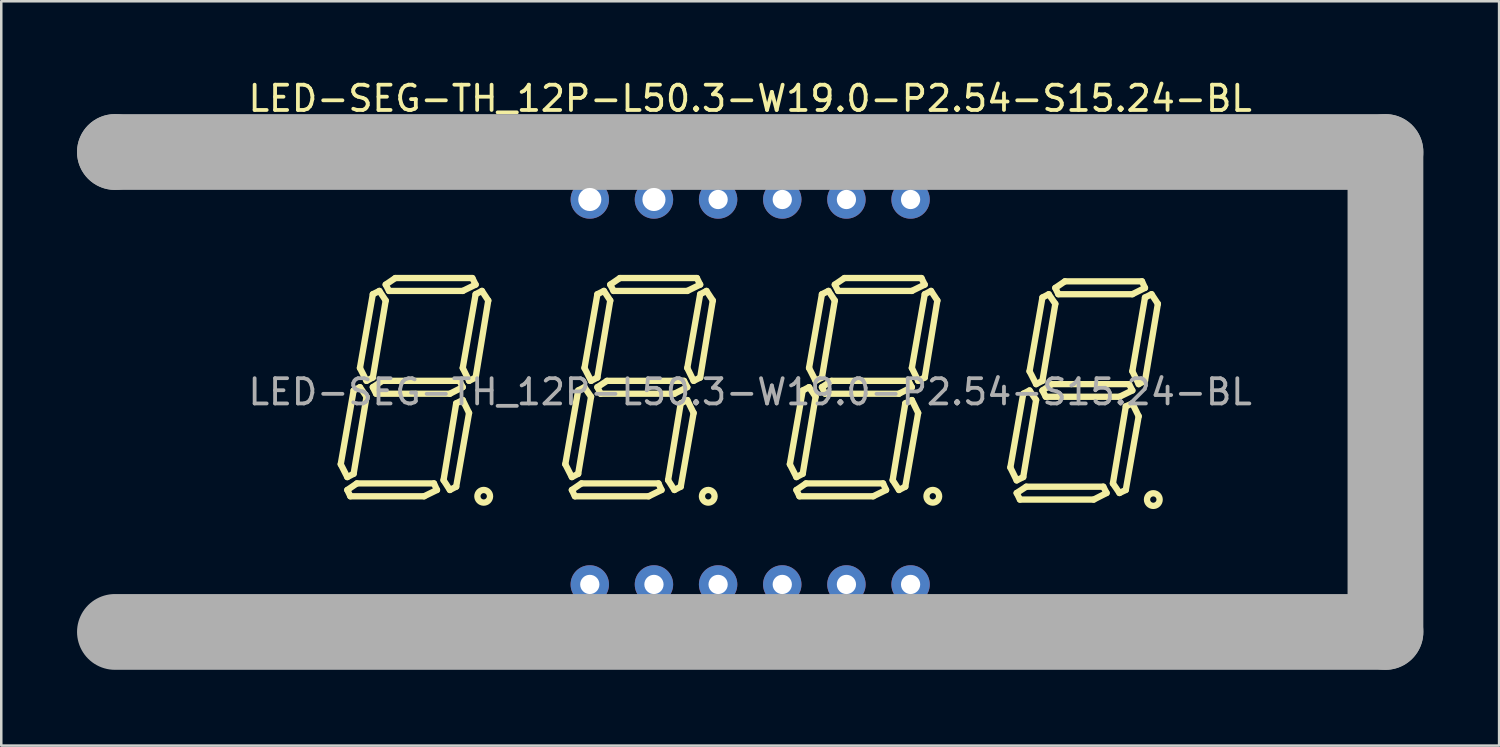
<source format=kicad_pcb>
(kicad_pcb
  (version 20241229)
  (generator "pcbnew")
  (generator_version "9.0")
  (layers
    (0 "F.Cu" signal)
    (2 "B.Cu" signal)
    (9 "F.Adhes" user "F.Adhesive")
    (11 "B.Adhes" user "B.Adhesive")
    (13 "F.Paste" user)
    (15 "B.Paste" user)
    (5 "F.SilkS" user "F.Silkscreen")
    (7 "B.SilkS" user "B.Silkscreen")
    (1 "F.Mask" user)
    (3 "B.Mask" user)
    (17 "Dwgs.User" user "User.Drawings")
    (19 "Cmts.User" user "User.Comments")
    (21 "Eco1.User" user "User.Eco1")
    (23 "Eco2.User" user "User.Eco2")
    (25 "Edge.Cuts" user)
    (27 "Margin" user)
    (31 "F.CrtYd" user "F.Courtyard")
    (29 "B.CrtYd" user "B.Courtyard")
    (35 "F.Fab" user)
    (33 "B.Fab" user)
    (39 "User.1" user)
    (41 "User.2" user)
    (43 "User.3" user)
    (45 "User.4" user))
  (footprint "LED-SEG-TH_12P-L50.3-W19.0-P2.54-S15.24-BL"
    (layer "F.Cu")
    (at 26.65 12.468)
    (property "Reference" "LED-SEG-TH_12P-L50.3-W19.0-P2.54-S15.24-BL" (at 0 -11.62 0) (layer "F.SilkS") (effects (font (size 1 1) (thickness 0.15))))
    (attr through_hole)
    (fp_line (start -16.21 2.86) (end -15.7 -0.06) (stroke (width 0.25) (type solid)) (layer "F.SilkS"))
    (fp_line (start -15.95 3.37) (end -16.21 2.86) (stroke (width 0.25) (type solid)) (layer "F.SilkS"))
    (fp_line (start -15.95 3.88) (end -15.83 4.13) (stroke (width 0.25) (type solid)) (layer "F.SilkS"))
    (fp_line (start -15.83 4.13) (end -12.91 4.13) (stroke (width 0.25) (type solid)) (layer "F.SilkS"))
    (fp_line (start -15.7 -0.06) (end -15.45 -0.19) (stroke (width 0.25) (type solid)) (layer "F.SilkS"))
    (fp_line (start -15.7 3.24) (end -15.95 3.37) (stroke (width 0.25) (type solid)) (layer "F.SilkS"))
    (fp_line (start -15.57 3.62) (end -15.95 3.88) (stroke (width 0.25) (type solid)) (layer "F.SilkS"))
    (fp_line (start -15.45 -0.95) (end -14.94 -3.87) (stroke (width 0.25) (type solid)) (layer "F.SilkS"))
    (fp_line (start -15.45 -0.19) (end -15.19 0.19) (stroke (width 0.25) (type solid)) (layer "F.SilkS"))
    (fp_line (start -15.19 -0.44) (end -15.45 -0.95) (stroke (width 0.25) (type solid)) (layer "F.SilkS"))
    (fp_line (start -15.19 0.19) (end -15.7 3.24) (stroke (width 0.25) (type solid)) (layer "F.SilkS"))
    (fp_line (start -14.94 -3.87) (end -14.68 -4) (stroke (width 0.25) (type solid)) (layer "F.SilkS"))
    (fp_line (start -14.94 -0.57) (end -15.19 -0.44) (stroke (width 0.25) (type solid)) (layer "F.SilkS"))
    (fp_line (start -14.94 -0.19) (end -14.81 0.07) (stroke (width 0.25) (type solid)) (layer "F.SilkS"))
    (fp_line (start -14.81 0.07) (end -11.89 0.07) (stroke (width 0.25) (type solid)) (layer "F.SilkS"))
    (fp_line (start -14.68 -4) (end -14.43 -3.62) (stroke (width 0.25) (type solid)) (layer "F.SilkS"))
    (fp_line (start -14.56 -0.44) (end -14.94 -0.19) (stroke (width 0.25) (type solid)) (layer "F.SilkS"))
    (fp_line (start -14.43 -4.25) (end -14.05 -4.51) (stroke (width 0.25) (type solid)) (layer "F.SilkS"))
    (fp_line (start -14.43 -3.62) (end -14.94 -0.57) (stroke (width 0.25) (type solid)) (layer "F.SilkS"))
    (fp_line (start -14.3 -4) (end -14.43 -4.25) (stroke (width 0.25) (type solid)) (layer "F.SilkS"))
    (fp_line (start -14.05 -4.51) (end -11 -4.51) (stroke (width 0.25) (type solid)) (layer "F.SilkS"))
    (fp_line (start -12.91 4.13) (end -12.4 3.88) (stroke (width 0.25) (type solid)) (layer "F.SilkS"))
    (fp_line (start -12.52 3.62) (end -15.57 3.62) (stroke (width 0.25) (type solid)) (layer "F.SilkS"))
    (fp_line (start -12.4 3.88) (end -12.52 3.62) (stroke (width 0.25) (type solid)) (layer "F.SilkS"))
    (fp_line (start -12.14 3.49) (end -11.89 3.88) (stroke (width 0.25) (type solid)) (layer "F.SilkS"))
    (fp_line (start -11.89 0.07) (end -11.38 -0.19) (stroke (width 0.25) (type solid)) (layer "F.SilkS"))
    (fp_line (start -11.89 3.88) (end -11.64 3.75) (stroke (width 0.25) (type solid)) (layer "F.SilkS"))
    (fp_line (start -11.64 0.45) (end -12.14 3.49) (stroke (width 0.25) (type solid)) (layer "F.SilkS"))
    (fp_line (start -11.64 3.75) (end -11.13 0.83) (stroke (width 0.25) (type solid)) (layer "F.SilkS"))
    (fp_line (start -11.51 -0.44) (end -14.56 -0.44) (stroke (width 0.25) (type solid)) (layer "F.SilkS"))
    (fp_line (start -11.38 -4) (end -14.3 -4) (stroke (width 0.25) (type solid)) (layer "F.SilkS"))
    (fp_line (start -11.38 -0.95) (end -10.87 -3.87) (stroke (width 0.25) (type solid)) (layer "F.SilkS"))
    (fp_line (start -11.38 -0.19) (end -11.51 -0.44) (stroke (width 0.25) (type solid)) (layer "F.SilkS"))
    (fp_line (start -11.38 0.32) (end -11.64 0.45) (stroke (width 0.25) (type solid)) (layer "F.SilkS"))
    (fp_line (start -11.13 -0.44) (end -11.38 -0.95) (stroke (width 0.25) (type solid)) (layer "F.SilkS"))
    (fp_line (start -11.13 0.83) (end -11.38 0.32) (stroke (width 0.25) (type solid)) (layer "F.SilkS"))
    (fp_line (start -11 -4.51) (end -10.87 -4.25) (stroke (width 0.25) (type solid)) (layer "F.SilkS"))
    (fp_line (start -10.87 -4.25) (end -11.38 -4) (stroke (width 0.25) (type solid)) (layer "F.SilkS"))
    (fp_line (start -10.87 -3.87) (end -10.62 -4) (stroke (width 0.25) (type solid)) (layer "F.SilkS"))
    (fp_line (start -10.87 -0.57) (end -11.13 -0.44) (stroke (width 0.25) (type solid)) (layer "F.SilkS"))
    (fp_line (start -10.62 -4) (end -10.37 -3.62) (stroke (width 0.25) (type solid)) (layer "F.SilkS"))
    (fp_line (start -10.37 -3.62) (end -10.87 -0.57) (stroke (width 0.25) (type solid)) (layer "F.SilkS"))
    (fp_line (start -7.32 2.86) (end -6.81 -0.06) (stroke (width 0.25) (type solid)) (layer "F.SilkS"))
    (fp_line (start -7.06 3.37) (end -7.32 2.86) (stroke (width 0.25) (type solid)) (layer "F.SilkS"))
    (fp_line (start -7.06 3.88) (end -6.94 4.13) (stroke (width 0.25) (type solid)) (layer "F.SilkS"))
    (fp_line (start -6.94 4.13) (end -4.02 4.13) (stroke (width 0.25) (type solid)) (layer "F.SilkS"))
    (fp_line (start -6.81 -0.06) (end -6.56 -0.19) (stroke (width 0.25) (type solid)) (layer "F.SilkS"))
    (fp_line (start -6.81 3.24) (end -7.06 3.37) (stroke (width 0.25) (type solid)) (layer "F.SilkS"))
    (fp_line (start -6.68 3.62) (end -7.06 3.88) (stroke (width 0.25) (type solid)) (layer "F.SilkS"))
    (fp_line (start -6.56 -0.95) (end -6.05 -3.87) (stroke (width 0.25) (type solid)) (layer "F.SilkS"))
    (fp_line (start -6.56 -0.19) (end -6.3 0.19) (stroke (width 0.25) (type solid)) (layer "F.SilkS"))
    (fp_line (start -6.3 -0.44) (end -6.56 -0.95) (stroke (width 0.25) (type solid)) (layer "F.SilkS"))
    (fp_line (start -6.3 0.19) (end -6.81 3.24) (stroke (width 0.25) (type solid)) (layer "F.SilkS"))
    (fp_line (start -6.05 -3.87) (end -5.79 -4) (stroke (width 0.25) (type solid)) (layer "F.SilkS"))
    (fp_line (start -6.05 -0.57) (end -6.3 -0.44) (stroke (width 0.25) (type solid)) (layer "F.SilkS"))
    (fp_line (start -6.05 -0.19) (end -5.92 0.07) (stroke (width 0.25) (type solid)) (layer "F.SilkS"))
    (fp_line (start -5.92 0.07) (end -3 0.07) (stroke (width 0.25) (type solid)) (layer "F.SilkS"))
    (fp_line (start -5.79 -4) (end -5.54 -3.62) (stroke (width 0.25) (type solid)) (layer "F.SilkS"))
    (fp_line (start -5.67 -0.44) (end -6.05 -0.19) (stroke (width 0.25) (type solid)) (layer "F.SilkS"))
    (fp_line (start -5.54 -4.25) (end -5.16 -4.51) (stroke (width 0.25) (type solid)) (layer "F.SilkS"))
    (fp_line (start -5.54 -3.62) (end -6.05 -0.57) (stroke (width 0.25) (type solid)) (layer "F.SilkS"))
    (fp_line (start -5.41 -4) (end -5.54 -4.25) (stroke (width 0.25) (type solid)) (layer "F.SilkS"))
    (fp_line (start -5.16 -4.51) (end -2.11 -4.51) (stroke (width 0.25) (type solid)) (layer "F.SilkS"))
    (fp_line (start -4.02 4.13) (end -3.51 3.88) (stroke (width 0.25) (type solid)) (layer "F.SilkS"))
    (fp_line (start -3.63 3.62) (end -6.68 3.62) (stroke (width 0.25) (type solid)) (layer "F.SilkS"))
    (fp_line (start -3.51 3.88) (end -3.63 3.62) (stroke (width 0.25) (type solid)) (layer "F.SilkS"))
    (fp_line (start -3.25 3.49) (end -3 3.88) (stroke (width 0.25) (type solid)) (layer "F.SilkS"))
    (fp_line (start -3 0.07) (end -2.49 -0.19) (stroke (width 0.25) (type solid)) (layer "F.SilkS"))
    (fp_line (start -3 3.88) (end -2.75 3.75) (stroke (width 0.25) (type solid)) (layer "F.SilkS"))
    (fp_line (start -2.75 0.45) (end -3.25 3.49) (stroke (width 0.25) (type solid)) (layer "F.SilkS"))
    (fp_line (start -2.75 3.75) (end -2.24 0.83) (stroke (width 0.25) (type solid)) (layer "F.SilkS"))
    (fp_line (start -2.62 -0.44) (end -5.67 -0.44) (stroke (width 0.25) (type solid)) (layer "F.SilkS"))
    (fp_line (start -2.49 -4) (end -5.41 -4) (stroke (width 0.25) (type solid)) (layer "F.SilkS"))
    (fp_line (start -2.49 -0.95) (end -1.98 -3.87) (stroke (width 0.25) (type solid)) (layer "F.SilkS"))
    (fp_line (start -2.49 -0.19) (end -2.62 -0.44) (stroke (width 0.25) (type solid)) (layer "F.SilkS"))
    (fp_line (start -2.49 0.32) (end -2.75 0.45) (stroke (width 0.25) (type solid)) (layer "F.SilkS"))
    (fp_line (start -2.24 -0.44) (end -2.49 -0.95) (stroke (width 0.25) (type solid)) (layer "F.SilkS"))
    (fp_line (start -2.24 0.83) (end -2.49 0.32) (stroke (width 0.25) (type solid)) (layer "F.SilkS"))
    (fp_line (start -2.11 -4.51) (end -1.98 -4.25) (stroke (width 0.25) (type solid)) (layer "F.SilkS"))
    (fp_line (start -1.98 -4.25) (end -2.49 -4) (stroke (width 0.25) (type solid)) (layer "F.SilkS"))
    (fp_line (start -1.98 -3.87) (end -1.73 -4) (stroke (width 0.25) (type solid)) (layer "F.SilkS"))
    (fp_line (start -1.98 -0.57) (end -2.24 -0.44) (stroke (width 0.25) (type solid)) (layer "F.SilkS"))
    (fp_line (start -1.73 -4) (end -1.48 -3.62) (stroke (width 0.25) (type solid)) (layer "F.SilkS"))
    (fp_line (start -1.48 -3.62) (end -1.98 -0.57) (stroke (width 0.25) (type solid)) (layer "F.SilkS"))
    (fp_line (start 1.57 2.86) (end 2.08 -0.06) (stroke (width 0.25) (type solid)) (layer "F.SilkS"))
    (fp_line (start 1.83 3.37) (end 1.57 2.86) (stroke (width 0.25) (type solid)) (layer "F.SilkS"))
    (fp_line (start 1.83 3.88) (end 1.95 4.13) (stroke (width 0.25) (type solid)) (layer "F.SilkS"))
    (fp_line (start 1.95 4.13) (end 4.87 4.13) (stroke (width 0.25) (type solid)) (layer "F.SilkS"))
    (fp_line (start 2.08 -0.06) (end 2.33 -0.19) (stroke (width 0.25) (type solid)) (layer "F.SilkS"))
    (fp_line (start 2.08 3.24) (end 1.83 3.37) (stroke (width 0.25) (type solid)) (layer "F.SilkS"))
    (fp_line (start 2.21 3.62) (end 1.83 3.88) (stroke (width 0.25) (type solid)) (layer "F.SilkS"))
    (fp_line (start 2.33 -0.95) (end 2.84 -3.87) (stroke (width 0.25) (type solid)) (layer "F.SilkS"))
    (fp_line (start 2.33 -0.19) (end 2.59 0.19) (stroke (width 0.25) (type solid)) (layer "F.SilkS"))
    (fp_line (start 2.59 -0.44) (end 2.33 -0.95) (stroke (width 0.25) (type solid)) (layer "F.SilkS"))
    (fp_line (start 2.59 0.19) (end 2.08 3.24) (stroke (width 0.25) (type solid)) (layer "F.SilkS"))
    (fp_line (start 2.84 -3.87) (end 3.1 -4) (stroke (width 0.25) (type solid)) (layer "F.SilkS"))
    (fp_line (start 2.84 -0.57) (end 2.59 -0.44) (stroke (width 0.25) (type solid)) (layer "F.SilkS"))
    (fp_line (start 2.84 -0.19) (end 2.97 0.07) (stroke (width 0.25) (type solid)) (layer "F.SilkS"))
    (fp_line (start 2.97 0.07) (end 5.89 0.07) (stroke (width 0.25) (type solid)) (layer "F.SilkS"))
    (fp_line (start 3.1 -4) (end 3.35 -3.62) (stroke (width 0.25) (type solid)) (layer "F.SilkS"))
    (fp_line (start 3.22 -0.44) (end 2.84 -0.19) (stroke (width 0.25) (type solid)) (layer "F.SilkS"))
    (fp_line (start 3.35 -4.25) (end 3.73 -4.51) (stroke (width 0.25) (type solid)) (layer "F.SilkS"))
    (fp_line (start 3.35 -3.62) (end 2.84 -0.57) (stroke (width 0.25) (type solid)) (layer "F.SilkS"))
    (fp_line (start 3.48 -4) (end 3.35 -4.25) (stroke (width 0.25) (type solid)) (layer "F.SilkS"))
    (fp_line (start 3.73 -4.51) (end 6.78 -4.51) (stroke (width 0.25) (type solid)) (layer "F.SilkS"))
    (fp_line (start 4.87 4.13) (end 5.38 3.88) (stroke (width 0.25) (type solid)) (layer "F.SilkS"))
    (fp_line (start 5.26 3.62) (end 2.21 3.62) (stroke (width 0.25) (type solid)) (layer "F.SilkS"))
    (fp_line (start 5.38 3.88) (end 5.26 3.62) (stroke (width 0.25) (type solid)) (layer "F.SilkS"))
    (fp_line (start 5.64 3.49) (end 5.89 3.88) (stroke (width 0.25) (type solid)) (layer "F.SilkS"))
    (fp_line (start 5.89 0.07) (end 6.4 -0.19) (stroke (width 0.25) (type solid)) (layer "F.SilkS"))
    (fp_line (start 5.89 3.88) (end 6.14 3.75) (stroke (width 0.25) (type solid)) (layer "F.SilkS"))
    (fp_line (start 6.14 0.45) (end 5.64 3.49) (stroke (width 0.25) (type solid)) (layer "F.SilkS"))
    (fp_line (start 6.14 3.75) (end 6.65 0.83) (stroke (width 0.25) (type solid)) (layer "F.SilkS"))
    (fp_line (start 6.27 -0.44) (end 3.22 -0.44) (stroke (width 0.25) (type solid)) (layer "F.SilkS"))
    (fp_line (start 6.4 -4) (end 3.48 -4) (stroke (width 0.25) (type solid)) (layer "F.SilkS"))
    (fp_line (start 6.4 -0.95) (end 6.91 -3.87) (stroke (width 0.25) (type solid)) (layer "F.SilkS"))
    (fp_line (start 6.4 -0.19) (end 6.27 -0.44) (stroke (width 0.25) (type solid)) (layer "F.SilkS"))
    (fp_line (start 6.4 0.32) (end 6.14 0.45) (stroke (width 0.25) (type solid)) (layer "F.SilkS"))
    (fp_line (start 6.65 -0.44) (end 6.4 -0.95) (stroke (width 0.25) (type solid)) (layer "F.SilkS"))
    (fp_line (start 6.65 0.83) (end 6.4 0.32) (stroke (width 0.25) (type solid)) (layer "F.SilkS"))
    (fp_line (start 6.78 -4.51) (end 6.91 -4.25) (stroke (width 0.25) (type solid)) (layer "F.SilkS"))
    (fp_line (start 6.91 -4.25) (end 6.4 -4) (stroke (width 0.25) (type solid)) (layer "F.SilkS"))
    (fp_line (start 6.91 -3.87) (end 7.16 -4) (stroke (width 0.25) (type solid)) (layer "F.SilkS"))
    (fp_line (start 6.91 -0.57) (end 6.65 -0.44) (stroke (width 0.25) (type solid)) (layer "F.SilkS"))
    (fp_line (start 7.16 -4) (end 7.41 -3.62) (stroke (width 0.25) (type solid)) (layer "F.SilkS"))
    (fp_line (start 7.41 -3.62) (end 6.91 -0.57) (stroke (width 0.25) (type solid)) (layer "F.SilkS"))
    (fp_line (start 10.3 2.99) (end 10.81 0.07) (stroke (width 0.25) (type solid)) (layer "F.SilkS"))
    (fp_line (start 10.55 3.5) (end 10.3 2.99) (stroke (width 0.25) (type solid)) (layer "F.SilkS"))
    (fp_line (start 10.55 4) (end 10.68 4.26) (stroke (width 0.25) (type solid)) (layer "F.SilkS"))
    (fp_line (start 10.68 4.26) (end 13.6 4.26) (stroke (width 0.25) (type solid)) (layer "F.SilkS"))
    (fp_line (start 10.81 0.07) (end 11.06 -0.06) (stroke (width 0.25) (type solid)) (layer "F.SilkS"))
    (fp_line (start 10.81 3.37) (end 10.55 3.5) (stroke (width 0.25) (type solid)) (layer "F.SilkS"))
    (fp_line (start 10.93 3.75) (end 10.55 4) (stroke (width 0.25) (type solid)) (layer "F.SilkS"))
    (fp_line (start 11.06 -0.82) (end 11.57 -3.74) (stroke (width 0.25) (type solid)) (layer "F.SilkS"))
    (fp_line (start 11.06 -0.06) (end 11.32 0.32) (stroke (width 0.25) (type solid)) (layer "F.SilkS"))
    (fp_line (start 11.32 -0.31) (end 11.06 -0.82) (stroke (width 0.25) (type solid)) (layer "F.SilkS"))
    (fp_line (start 11.32 0.32) (end 10.81 3.37) (stroke (width 0.25) (type solid)) (layer "F.SilkS"))
    (fp_line (start 11.57 -3.74) (end 11.82 -3.87) (stroke (width 0.25) (type solid)) (layer "F.SilkS"))
    (fp_line (start 11.57 -0.44) (end 11.32 -0.31) (stroke (width 0.25) (type solid)) (layer "F.SilkS"))
    (fp_line (start 11.57 -0.06) (end 11.7 0.19) (stroke (width 0.25) (type solid)) (layer "F.SilkS"))
    (fp_line (start 11.7 0.19) (end 14.62 0.19) (stroke (width 0.25) (type solid)) (layer "F.SilkS"))
    (fp_line (start 11.82 -3.87) (end 12.08 -3.49) (stroke (width 0.25) (type solid)) (layer "F.SilkS"))
    (fp_line (start 11.95 -0.31) (end 11.57 -0.06) (stroke (width 0.25) (type solid)) (layer "F.SilkS"))
    (fp_line (start 12.08 -4.12) (end 12.46 -4.38) (stroke (width 0.25) (type solid)) (layer "F.SilkS"))
    (fp_line (start 12.08 -3.49) (end 11.57 -0.44) (stroke (width 0.25) (type solid)) (layer "F.SilkS"))
    (fp_line (start 12.2 -3.87) (end 12.08 -4.12) (stroke (width 0.25) (type solid)) (layer "F.SilkS"))
    (fp_line (start 12.46 -4.38) (end 15.51 -4.38) (stroke (width 0.25) (type solid)) (layer "F.SilkS"))
    (fp_line (start 13.6 4.26) (end 14.11 4) (stroke (width 0.25) (type solid)) (layer "F.SilkS"))
    (fp_line (start 13.98 3.75) (end 10.93 3.75) (stroke (width 0.25) (type solid)) (layer "F.SilkS"))
    (fp_line (start 14.11 4) (end 13.98 3.75) (stroke (width 0.25) (type solid)) (layer "F.SilkS"))
    (fp_line (start 14.36 3.62) (end 14.62 4) (stroke (width 0.25) (type solid)) (layer "F.SilkS"))
    (fp_line (start 14.62 0.19) (end 15.13 -0.06) (stroke (width 0.25) (type solid)) (layer "F.SilkS"))
    (fp_line (start 14.62 4) (end 14.87 3.88) (stroke (width 0.25) (type solid)) (layer "F.SilkS"))
    (fp_line (start 14.87 0.57) (end 14.36 3.62) (stroke (width 0.25) (type solid)) (layer "F.SilkS"))
    (fp_line (start 14.87 3.88) (end 15.38 0.96) (stroke (width 0.25) (type solid)) (layer "F.SilkS"))
    (fp_line (start 15 -0.31) (end 11.95 -0.31) (stroke (width 0.25) (type solid)) (layer "F.SilkS"))
    (fp_line (start 15.13 -3.87) (end 12.2 -3.87) (stroke (width 0.25) (type solid)) (layer "F.SilkS"))
    (fp_line (start 15.13 -0.82) (end 15.63 -3.74) (stroke (width 0.25) (type solid)) (layer "F.SilkS"))
    (fp_line (start 15.13 -0.06) (end 15 -0.31) (stroke (width 0.25) (type solid)) (layer "F.SilkS"))
    (fp_line (start 15.13 0.45) (end 14.87 0.57) (stroke (width 0.25) (type solid)) (layer "F.SilkS"))
    (fp_line (start 15.38 -0.31) (end 15.13 -0.82) (stroke (width 0.25) (type solid)) (layer "F.SilkS"))
    (fp_line (start 15.38 0.96) (end 15.13 0.45) (stroke (width 0.25) (type solid)) (layer "F.SilkS"))
    (fp_line (start 15.51 -4.38) (end 15.63 -4.12) (stroke (width 0.25) (type solid)) (layer "F.SilkS"))
    (fp_line (start 15.63 -4.12) (end 15.13 -3.87) (stroke (width 0.25) (type solid)) (layer "F.SilkS"))
    (fp_line (start 15.63 -3.74) (end 15.89 -3.87) (stroke (width 0.25) (type solid)) (layer "F.SilkS"))
    (fp_line (start 15.63 -0.44) (end 15.38 -0.31) (stroke (width 0.25) (type solid)) (layer "F.SilkS"))
    (fp_line (start 15.89 -3.87) (end 16.14 -3.49) (stroke (width 0.25) (type solid)) (layer "F.SilkS"))
    (fp_line (start 16.14 -3.49) (end 15.63 -0.44) (stroke (width 0.25) (type solid)) (layer "F.SilkS"))
    (fp_arc (start -10.54 3.88) (mid -10.555002 4.38015) (end -10.549997 3.8798) (stroke (width 0.25) (type solid)) (layer "F.SilkS"))
    (fp_arc (start -1.65 3.88) (mid -1.665002 4.38015) (end -1.659997 3.8798) (stroke (width 0.25) (type solid)) (layer "F.SilkS"))
    (fp_arc (start 7.24 3.88) (mid 7.224998 4.38015) (end 7.230003 3.8798) (stroke (width 0.25) (type solid)) (layer "F.SilkS"))
    (fp_arc (start 15.97 4.01) (mid 15.954998 4.51015) (end 15.960003 4.0098) (stroke (width 0.25) (type solid)) (layer "F.SilkS"))
    (fp_line (start -25.15 -9.5) (end -25.15 -9.5) (stroke (width 3) (type solid)) (layer "F.Fab"))
    (fp_line (start -25.15 -9.5) (end 25.15 -9.5) (stroke (width 3) (type solid)) (layer "F.Fab"))
    (fp_line (start 25.15 -9.5) (end 25.15 9.5) (stroke (width 3) (type solid)) (layer "F.Fab"))
    (fp_line (start 25.15 9.5) (end -25.15 9.5) (stroke (width 3) (type solid)) (layer "F.Fab"))
    (fp_circle (center -25.28 9.63) (end -25.25 9.63) (stroke (width 0.06) (type solid)) (fill no) (layer "F.Fab"))
    (fp_circle (center -6.35 -7.62) (end -6.17 -7.62) (stroke (width 0.36) (type solid)) (fill no) (layer "F.Fab"))
    (fp_circle (center -6.35 7.62) (end -6.21 7.62) (stroke (width 0.28) (type solid)) (fill no) (layer "F.Fab"))
    (fp_circle (center -3.81 -7.62) (end -3.63 -7.62) (stroke (width 0.36) (type solid)) (fill no) (layer "F.Fab"))
    (fp_circle (center -3.81 7.62) (end -3.67 7.62) (stroke (width 0.28) (type solid)) (fill no) (layer "F.Fab"))
    (fp_circle (center -1.27 -7.62) (end -1.13 -7.62) (stroke (width 0.28) (type solid)) (fill no) (layer "F.Fab"))
    (fp_circle (center -1.27 7.62) (end -1.13 7.62) (stroke (width 0.28) (type solid)) (fill no) (layer "F.Fab"))
    (fp_circle (center 1.27 -7.62) (end 1.41 -7.62) (stroke (width 0.28) (type solid)) (fill no) (layer "F.Fab"))
    (fp_circle (center 1.27 7.62) (end 1.41 7.62) (stroke (width 0.28) (type solid)) (fill no) (layer "F.Fab"))
    (fp_circle (center 3.81 -7.62) (end 3.95 -7.62) (stroke (width 0.28) (type solid)) (fill no) (layer "F.Fab"))
    (fp_circle (center 3.81 7.62) (end 3.95 7.62) (stroke (width 0.28) (type solid)) (fill no) (layer "F.Fab"))
    (fp_circle (center 6.35 -7.62) (end 6.49 -7.62) (stroke (width 0.28) (type solid)) (fill no) (layer "F.Fab"))
    (fp_circle (center 6.35 7.62) (end 6.49 7.62) (stroke (width 0.28) (type solid)) (fill no) (layer "F.Fab"))
    (fp_text user "${REFERENCE}" (at 0 0 0) (layer "F.Fab") (effects (font (size 1 1) (thickness 0.15))))
    (pad "1" thru_hole circle (at -6.35 7.62) (size 1.52 1.52) (drill 0.762) (layers "*.Cu" "*.Paste" "*.Mask"))
    (pad "2" thru_hole circle (at -3.81 7.62) (size 1.52 1.52) (drill 0.762) (layers "*.Cu" "*.Paste" "*.Mask"))
    (pad "3" thru_hole circle (at -1.27 7.62) (size 1.52 1.52) (drill 0.762) (layers "*.Cu" "*.Paste" "*.Mask"))
    (pad "4" thru_hole circle (at 1.27 7.62) (size 1.52 1.52) (drill 0.762) (layers "*.Cu" "*.Paste" "*.Mask"))
    (pad "5" thru_hole circle (at 3.81 7.62) (size 1.52 1.52) (drill 0.762) (layers "*.Cu" "*.Paste" "*.Mask"))
    (pad "6" thru_hole circle (at 6.35 7.62) (size 1.52 1.52) (drill 0.762) (layers "*.Cu" "*.Paste" "*.Mask"))
    (pad "7" thru_hole circle (at 6.35 -7.62) (size 1.52 1.52) (drill 0.762) (layers "*.Cu" "*.Paste" "*.Mask"))
    (pad "8" thru_hole circle (at 3.81 -7.62) (size 1.52 1.52) (drill 0.762) (layers "*.Cu" "*.Paste" "*.Mask"))
    (pad "9" thru_hole circle (at 1.27 -7.62) (size 1.52 1.52) (drill 0.762) (layers "*.Cu" "*.Paste" "*.Mask"))
    (pad "10" thru_hole circle (at -1.27 -7.62) (size 1.52 1.52) (drill 0.762) (layers "*.Cu" "*.Paste" "*.Mask"))
    (pad "11" thru_hole circle (at -3.81 -7.62) (size 1.52 1.52) (drill 0.914) (layers "*.Cu" "*.Paste" "*.Mask"))
    (pad "12" thru_hole circle (at -6.35 -7.62) (size 1.52 1.52) (drill 0.914) (layers "*.Cu" "*.Paste" "*.Mask")))
  (gr_rect
    (start -3 -3)
    (end 56.3 26.468)
    (stroke (width 0.1) (type default))
    (fill no)
    (layer "Edge.Cuts")))
</source>
